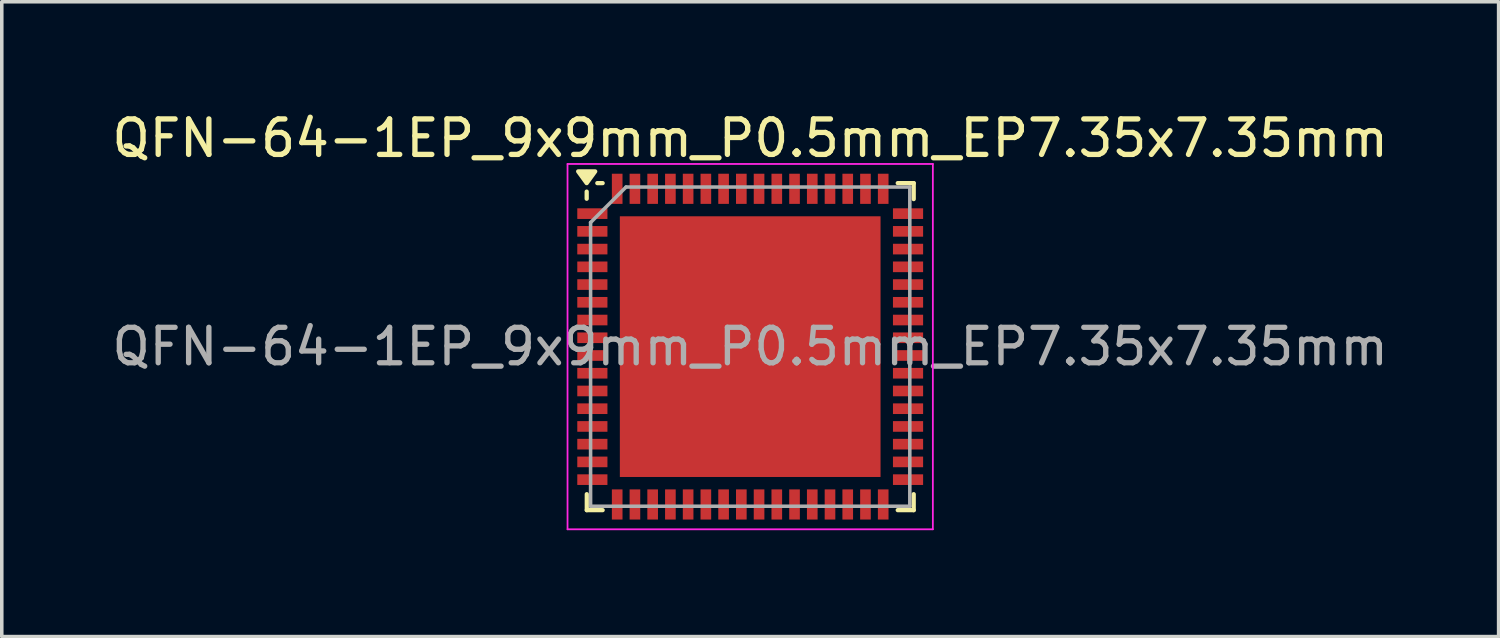
<source format=kicad_pcb>
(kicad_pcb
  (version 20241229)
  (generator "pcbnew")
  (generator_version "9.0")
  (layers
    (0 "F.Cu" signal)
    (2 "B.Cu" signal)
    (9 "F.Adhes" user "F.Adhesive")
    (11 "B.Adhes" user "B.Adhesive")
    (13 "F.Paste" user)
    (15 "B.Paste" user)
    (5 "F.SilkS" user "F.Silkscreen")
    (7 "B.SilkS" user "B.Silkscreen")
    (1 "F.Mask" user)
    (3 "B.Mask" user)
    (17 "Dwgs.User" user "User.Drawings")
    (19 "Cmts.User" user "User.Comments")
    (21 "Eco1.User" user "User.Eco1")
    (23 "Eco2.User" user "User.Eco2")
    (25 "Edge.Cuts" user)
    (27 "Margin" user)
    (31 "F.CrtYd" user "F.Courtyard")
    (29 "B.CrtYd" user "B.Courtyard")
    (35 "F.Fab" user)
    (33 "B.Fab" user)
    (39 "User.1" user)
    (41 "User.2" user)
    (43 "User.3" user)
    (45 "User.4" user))
  (footprint "QFN-64-1EP_9x9mm_P0.5mm_EP7.35x7.35mm"
    (layer "F.Cu")
    (at 18.101 6.723)
    (property "Reference" "QFN-64-1EP_9x9mm_P0.5mm_EP7.35x7.35mm" (at 0 -5.875 0) (layer "F.SilkS") (effects (font (size 1 1) (thickness 0.15))))
    (attr smd)
    (fp_line (start -4.61 -4.17) (end -4.61 -4.37) (stroke (width 0.12) (type solid)) (layer "F.SilkS"))
    (fp_line (start -4.607 4.61) (end -4.607 4.16) (stroke (width 0.12) (type solid)) (layer "F.SilkS"))
    (fp_line (start -4.607 4.61) (end -4.16 4.61) (stroke (width 0.12) (type solid)) (layer "F.SilkS"))
    (fp_line (start -4.16 -4.61) (end -4.31 -4.61) (stroke (width 0.12) (type solid)) (layer "F.SilkS"))
    (fp_line (start 4.61 -4.61) (end 4.16 -4.61) (stroke (width 0.12) (type solid)) (layer "F.SilkS"))
    (fp_line (start 4.61 -4.61) (end 4.61 -4.16) (stroke (width 0.12) (type solid)) (layer "F.SilkS"))
    (fp_line (start 4.61 4.61) (end 4.16 4.61) (stroke (width 0.12) (type solid)) (layer "F.SilkS"))
    (fp_line (start 4.61 4.61) (end 4.61 4.16) (stroke (width 0.12) (type solid)) (layer "F.SilkS"))
    (fp_poly (pts (xy -4.61 -4.61) (xy -4.85 -4.94) (xy -4.37 -4.94) (xy -4.61 -4.61)) (stroke (width 0.12) (type solid)) (fill yes) (layer "F.SilkS"))
    (fp_line (start -5.15 -5.15) (end -5.15 5.15) (stroke (width 0.05) (type solid)) (layer "F.CrtYd"))
    (fp_line (start -5.15 -5.15) (end 5.15 -5.15) (stroke (width 0.05) (type solid)) (layer "F.CrtYd"))
    (fp_line (start -5.15 5.15) (end 5.15 5.15) (stroke (width 0.05) (type solid)) (layer "F.CrtYd"))
    (fp_line (start 5.15 -5.15) (end 5.15 5.15) (stroke (width 0.05) (type solid)) (layer "F.CrtYd"))
    (fp_line (start -4.5 -3.5) (end -3.5 -4.5) (stroke (width 0.1) (type solid)) (layer "F.Fab"))
    (fp_line (start -4.5 4.5) (end -4.5 -3.5) (stroke (width 0.1) (type solid)) (layer "F.Fab"))
    (fp_line (start -3.5 -4.5) (end 4.5 -4.5) (stroke (width 0.1) (type solid)) (layer "F.Fab"))
    (fp_line (start 4.5 -4.5) (end 4.5 4.5) (stroke (width 0.1) (type solid)) (layer "F.Fab"))
    (fp_line (start 4.5 4.5) (end -4.5 4.5) (stroke (width 0.1) (type solid)) (layer "F.Fab"))
    (fp_text user "${REFERENCE}" (at 0 0 0) (layer "F.Fab") (effects (font (size 1 1) (thickness 0.15))))
    (pad "" smd rect (at -2.94 -2.94) (size 1.19 1.19) (layers "F.Paste"))
    (pad "" smd rect (at -2.94 -1.47) (size 1.19 1.19) (layers "F.Paste"))
    (pad "" smd rect (at -2.94 0) (size 1.19 1.19) (layers "F.Paste"))
    (pad "" smd rect (at -2.94 1.47) (size 1.19 1.19) (layers "F.Paste"))
    (pad "" smd rect (at -2.94 2.94) (size 1.19 1.19) (layers "F.Paste"))
    (pad "" smd rect (at -1.47 -2.94) (size 1.19 1.19) (layers "F.Paste"))
    (pad "" smd rect (at -1.47 -1.47) (size 1.19 1.19) (layers "F.Paste"))
    (pad "" smd rect (at -1.47 0) (size 1.19 1.19) (layers "F.Paste"))
    (pad "" smd rect (at -1.47 1.47) (size 1.19 1.19) (layers "F.Paste"))
    (pad "" smd rect (at -1.47 2.94) (size 1.19 1.19) (layers "F.Paste"))
    (pad "" smd rect (at 0 -2.94) (size 1.19 1.19) (layers "F.Paste"))
    (pad "" smd rect (at 0 -1.47) (size 1.19 1.19) (layers "F.Paste"))
    (pad "" smd rect (at 0 0) (size 1.19 1.19) (layers "F.Paste"))
    (pad "" smd rect (at 0 1.47) (size 1.19 1.19) (layers "F.Paste"))
    (pad "" smd rect (at 0 2.94) (size 1.19 1.19) (layers "F.Paste"))
    (pad "" smd rect (at 1.47 -2.94) (size 1.19 1.19) (layers "F.Paste"))
    (pad "" smd rect (at 1.47 -1.47) (size 1.19 1.19) (layers "F.Paste"))
    (pad "" smd rect (at 1.47 0) (size 1.19 1.19) (layers "F.Paste"))
    (pad "" smd rect (at 1.47 1.47) (size 1.19 1.19) (layers "F.Paste"))
    (pad "" smd rect (at 1.47 2.94) (size 1.19 1.19) (layers "F.Paste"))
    (pad "" smd rect (at 2.94 -2.94) (size 1.19 1.19) (layers "F.Paste"))
    (pad "" smd rect (at 2.94 -1.47) (size 1.19 1.19) (layers "F.Paste"))
    (pad "" smd rect (at 2.94 0) (size 1.19 1.19) (layers "F.Paste"))
    (pad "" smd rect (at 2.94 1.47) (size 1.19 1.19) (layers "F.Paste"))
    (pad "" smd rect (at 2.94 2.94) (size 1.19 1.19) (layers "F.Paste"))
    (pad "1" smd rect (at -4.45 -3.75) (size 0.85 0.3) (layers "F.Cu" "F.Mask" "F.Paste"))
    (pad "2" smd rect (at -4.45 -3.25) (size 0.85 0.3) (layers "F.Cu" "F.Mask" "F.Paste"))
    (pad "3" smd rect (at -4.45 -2.75) (size 0.85 0.3) (layers "F.Cu" "F.Mask" "F.Paste"))
    (pad "4" smd rect (at -4.45 -2.25) (size 0.85 0.3) (layers "F.Cu" "F.Mask" "F.Paste"))
    (pad "5" smd rect (at -4.45 -1.75) (size 0.85 0.3) (layers "F.Cu" "F.Mask" "F.Paste"))
    (pad "6" smd rect (at -4.45 -1.25) (size 0.85 0.3) (layers "F.Cu" "F.Mask" "F.Paste"))
    (pad "7" smd rect (at -4.45 -0.75) (size 0.85 0.3) (layers "F.Cu" "F.Mask" "F.Paste"))
    (pad "8" smd rect (at -4.45 -0.25) (size 0.85 0.3) (layers "F.Cu" "F.Mask" "F.Paste"))
    (pad "9" smd rect (at -4.45 0.25) (size 0.85 0.3) (layers "F.Cu" "F.Mask" "F.Paste"))
    (pad "10" smd rect (at -4.45 0.75) (size 0.85 0.3) (layers "F.Cu" "F.Mask" "F.Paste"))
    (pad "11" smd rect (at -4.45 1.25) (size 0.85 0.3) (layers "F.Cu" "F.Mask" "F.Paste"))
    (pad "12" smd rect (at -4.45 1.75) (size 0.85 0.3) (layers "F.Cu" "F.Mask" "F.Paste"))
    (pad "13" smd rect (at -4.45 2.25) (size 0.85 0.3) (layers "F.Cu" "F.Mask" "F.Paste"))
    (pad "14" smd rect (at -4.45 2.75) (size 0.85 0.3) (layers "F.Cu" "F.Mask" "F.Paste"))
    (pad "15" smd rect (at -4.45 3.25) (size 0.85 0.3) (layers "F.Cu" "F.Mask" "F.Paste"))
    (pad "16" smd rect (at -4.45 3.75) (size 0.85 0.3) (layers "F.Cu" "F.Mask" "F.Paste"))
    (pad "17" smd rect (at -3.75 4.45 90) (size 0.85 0.3) (layers "F.Cu" "F.Mask" "F.Paste"))
    (pad "18" smd rect (at -3.25 4.45 90) (size 0.85 0.3) (layers "F.Cu" "F.Mask" "F.Paste"))
    (pad "19" smd rect (at -2.75 4.45 90) (size 0.85 0.3) (layers "F.Cu" "F.Mask" "F.Paste"))
    (pad "20" smd rect (at -2.25 4.45 90) (size 0.85 0.3) (layers "F.Cu" "F.Mask" "F.Paste"))
    (pad "21" smd rect (at -1.75 4.45 90) (size 0.85 0.3) (layers "F.Cu" "F.Mask" "F.Paste"))
    (pad "22" smd rect (at -1.25 4.45 90) (size 0.85 0.3) (layers "F.Cu" "F.Mask" "F.Paste"))
    (pad "23" smd rect (at -0.75 4.45 90) (size 0.85 0.3) (layers "F.Cu" "F.Mask" "F.Paste"))
    (pad "24" smd rect (at -0.25 4.45 90) (size 0.85 0.3) (layers "F.Cu" "F.Mask" "F.Paste"))
    (pad "25" smd rect (at 0.25 4.45 90) (size 0.85 0.3) (layers "F.Cu" "F.Mask" "F.Paste"))
    (pad "26" smd rect (at 0.75 4.45 90) (size 0.85 0.3) (layers "F.Cu" "F.Mask" "F.Paste"))
    (pad "27" smd rect (at 1.25 4.45 90) (size 0.85 0.3) (layers "F.Cu" "F.Mask" "F.Paste"))
    (pad "28" smd rect (at 1.75 4.45 90) (size 0.85 0.3) (layers "F.Cu" "F.Mask" "F.Paste"))
    (pad "29" smd rect (at 2.25 4.45 90) (size 0.85 0.3) (layers "F.Cu" "F.Mask" "F.Paste"))
    (pad "30" smd rect (at 2.75 4.45 90) (size 0.85 0.3) (layers "F.Cu" "F.Mask" "F.Paste"))
    (pad "31" smd rect (at 3.25 4.45 90) (size 0.85 0.3) (layers "F.Cu" "F.Mask" "F.Paste"))
    (pad "32" smd rect (at 3.75 4.45 90) (size 0.85 0.3) (layers "F.Cu" "F.Mask" "F.Paste"))
    (pad "33" smd rect (at 4.45 3.75) (size 0.85 0.3) (layers "F.Cu" "F.Mask" "F.Paste"))
    (pad "34" smd rect (at 4.45 3.25) (size 0.85 0.3) (layers "F.Cu" "F.Mask" "F.Paste"))
    (pad "35" smd rect (at 4.45 2.75) (size 0.85 0.3) (layers "F.Cu" "F.Mask" "F.Paste"))
    (pad "36" smd rect (at 4.45 2.25) (size 0.85 0.3) (layers "F.Cu" "F.Mask" "F.Paste"))
    (pad "37" smd rect (at 4.45 1.75) (size 0.85 0.3) (layers "F.Cu" "F.Mask" "F.Paste"))
    (pad "38" smd rect (at 4.45 1.25) (size 0.85 0.3) (layers "F.Cu" "F.Mask" "F.Paste"))
    (pad "39" smd rect (at 4.45 0.75) (size 0.85 0.3) (layers "F.Cu" "F.Mask" "F.Paste"))
    (pad "40" smd rect (at 4.45 0.25) (size 0.85 0.3) (layers "F.Cu" "F.Mask" "F.Paste"))
    (pad "41" smd rect (at 4.45 -0.25) (size 0.85 0.3) (layers "F.Cu" "F.Mask" "F.Paste"))
    (pad "42" smd rect (at 4.45 -0.75) (size 0.85 0.3) (layers "F.Cu" "F.Mask" "F.Paste"))
    (pad "43" smd rect (at 4.45 -1.25) (size 0.85 0.3) (layers "F.Cu" "F.Mask" "F.Paste"))
    (pad "44" smd rect (at 4.45 -1.75) (size 0.85 0.3) (layers "F.Cu" "F.Mask" "F.Paste"))
    (pad "45" smd rect (at 4.45 -2.25) (size 0.85 0.3) (layers "F.Cu" "F.Mask" "F.Paste"))
    (pad "46" smd rect (at 4.45 -2.75) (size 0.85 0.3) (layers "F.Cu" "F.Mask" "F.Paste"))
    (pad "47" smd rect (at 4.45 -3.25) (size 0.85 0.3) (layers "F.Cu" "F.Mask" "F.Paste"))
    (pad "48" smd rect (at 4.45 -3.75) (size 0.85 0.3) (layers "F.Cu" "F.Mask" "F.Paste"))
    (pad "49" smd rect (at 3.75 -4.45 90) (size 0.85 0.3) (layers "F.Cu" "F.Mask" "F.Paste"))
    (pad "50" smd rect (at 3.25 -4.45 90) (size 0.85 0.3) (layers "F.Cu" "F.Mask" "F.Paste"))
    (pad "51" smd rect (at 2.75 -4.45 90) (size 0.85 0.3) (layers "F.Cu" "F.Mask" "F.Paste"))
    (pad "52" smd rect (at 2.25 -4.45 90) (size 0.85 0.3) (layers "F.Cu" "F.Mask" "F.Paste"))
    (pad "53" smd rect (at 1.75 -4.45 90) (size 0.85 0.3) (layers "F.Cu" "F.Mask" "F.Paste"))
    (pad "54" smd rect (at 1.25 -4.45 90) (size 0.85 0.3) (layers "F.Cu" "F.Mask" "F.Paste"))
    (pad "55" smd rect (at 0.75 -4.45 90) (size 0.85 0.3) (layers "F.Cu" "F.Mask" "F.Paste"))
    (pad "56" smd rect (at 0.25 -4.45 90) (size 0.85 0.3) (layers "F.Cu" "F.Mask" "F.Paste"))
    (pad "57" smd rect (at -0.25 -4.45 90) (size 0.85 0.3) (layers "F.Cu" "F.Mask" "F.Paste"))
    (pad "58" smd rect (at -0.75 -4.45 90) (size 0.85 0.3) (layers "F.Cu" "F.Mask" "F.Paste"))
    (pad "59" smd rect (at -1.25 -4.45 90) (size 0.85 0.3) (layers "F.Cu" "F.Mask" "F.Paste"))
    (pad "60" smd rect (at -1.75 -4.45 90) (size 0.85 0.3) (layers "F.Cu" "F.Mask" "F.Paste"))
    (pad "61" smd rect (at -2.25 -4.45 90) (size 0.85 0.3) (layers "F.Cu" "F.Mask" "F.Paste"))
    (pad "62" smd rect (at -2.75 -4.45 90) (size 0.85 0.3) (layers "F.Cu" "F.Mask" "F.Paste"))
    (pad "63" smd rect (at -3.25 -4.45 90) (size 0.85 0.3) (layers "F.Cu" "F.Mask" "F.Paste"))
    (pad "64" smd rect (at -3.75 -4.45 90) (size 0.85 0.3) (layers "F.Cu" "F.Mask" "F.Paste"))
    (pad "65" smd rect (at 0 0) (size 7.35 7.35) (layers "F.Cu" "F.Mask")))
  (gr_rect
    (start -3 -3)
    (end 39.202 14.898)
    (stroke (width 0.1) (type default))
    (fill no)
    (layer "Edge.Cuts")))
</source>
